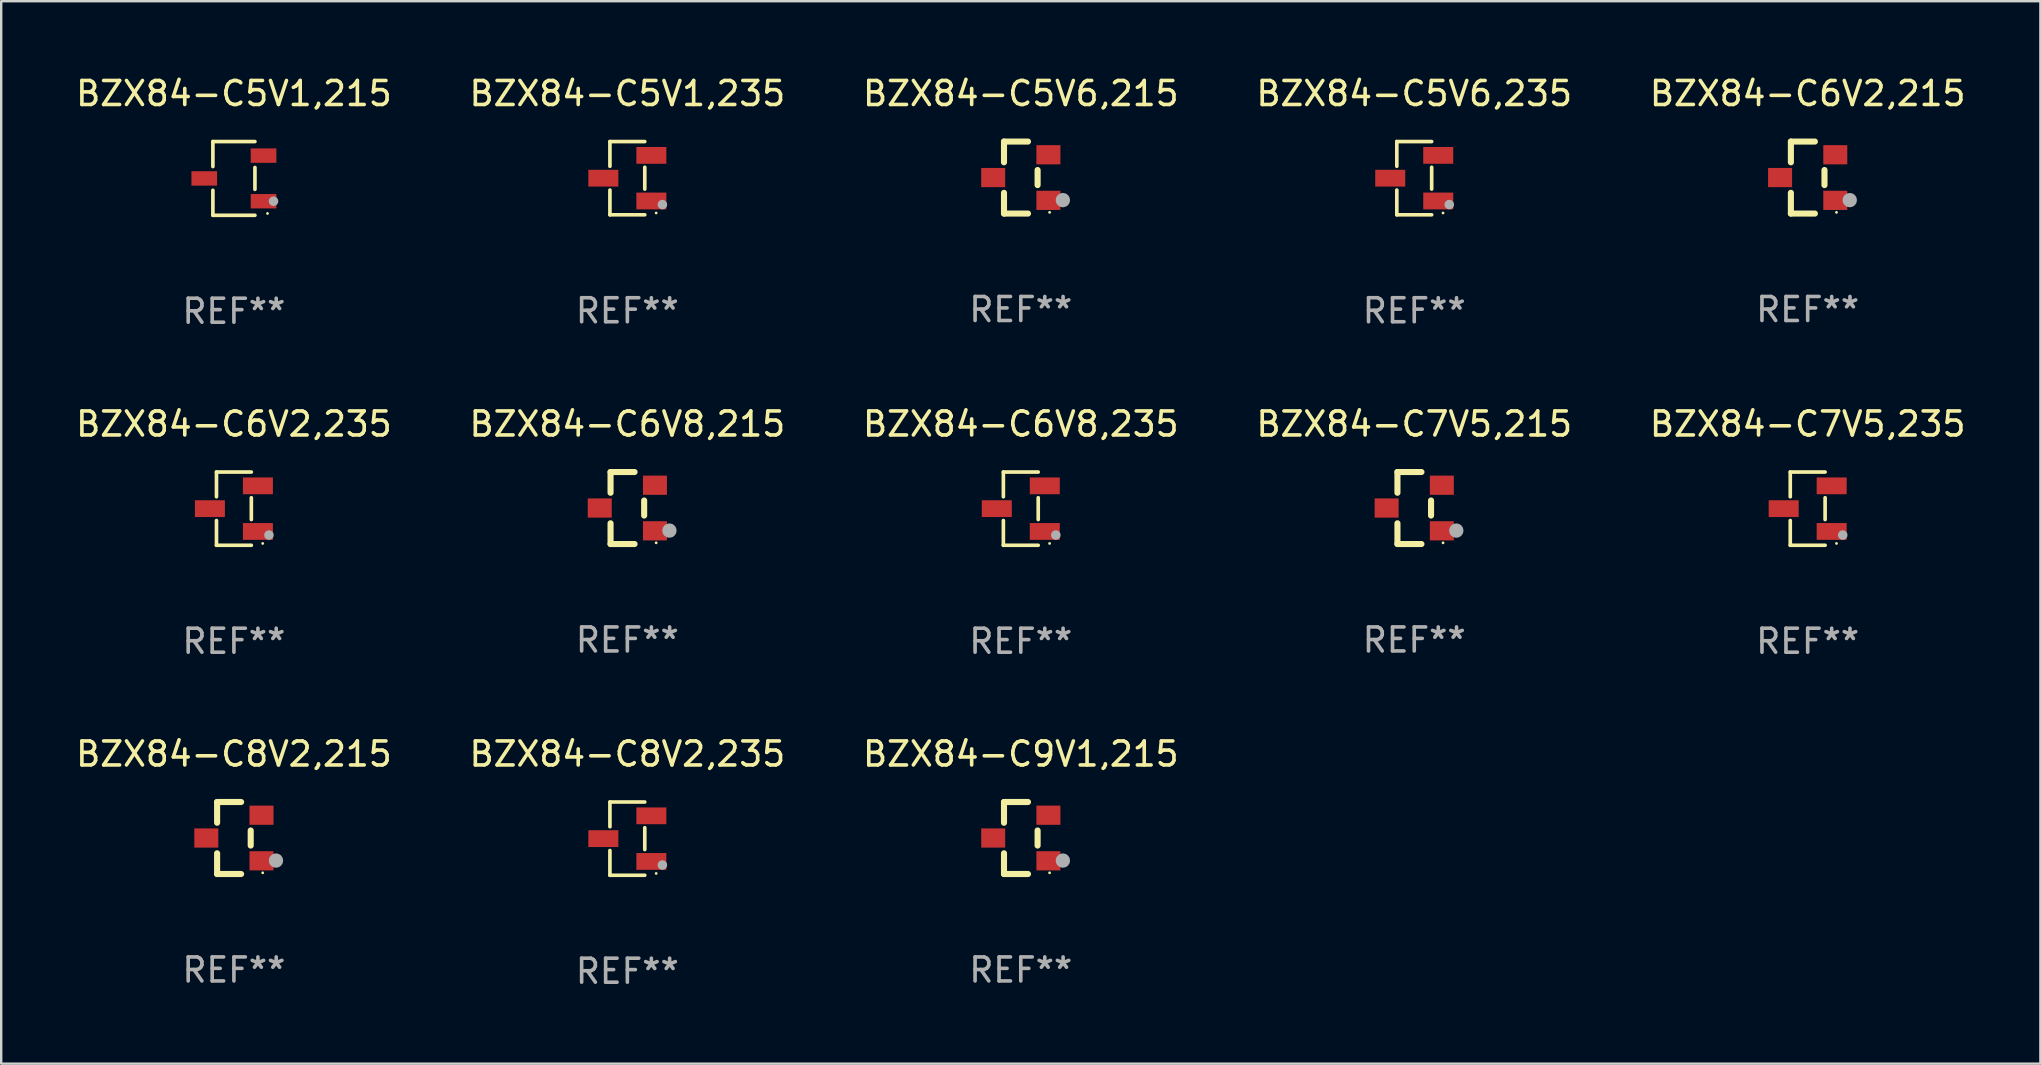
<source format=kicad_pcb>
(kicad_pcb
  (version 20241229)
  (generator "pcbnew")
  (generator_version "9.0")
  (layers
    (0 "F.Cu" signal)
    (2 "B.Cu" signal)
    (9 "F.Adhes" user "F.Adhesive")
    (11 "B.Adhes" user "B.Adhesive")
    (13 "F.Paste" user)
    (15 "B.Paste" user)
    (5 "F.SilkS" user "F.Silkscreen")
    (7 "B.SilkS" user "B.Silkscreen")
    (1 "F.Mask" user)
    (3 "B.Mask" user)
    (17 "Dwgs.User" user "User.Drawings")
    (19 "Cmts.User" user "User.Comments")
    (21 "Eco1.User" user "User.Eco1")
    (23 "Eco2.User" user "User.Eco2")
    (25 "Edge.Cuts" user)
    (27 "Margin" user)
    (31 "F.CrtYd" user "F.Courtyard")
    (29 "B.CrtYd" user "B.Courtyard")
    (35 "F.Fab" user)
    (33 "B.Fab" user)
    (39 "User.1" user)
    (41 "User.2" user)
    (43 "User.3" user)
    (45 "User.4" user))
  (footprint "BZX84-C7V5,215"
    (layer "F.Cu")
    (at 55.875 18.117)
    (property "Reference" "BZX84-C7V5,215" (at 0 -3.5 0) (layer "F.SilkS") (effects (font (size 1 1) (thickness 0.15))))
    (attr through_hole)
    (fp_line (start -0.7 -1.5) (end 0.3 -1.5) (stroke (width 0.254) (type solid)) (layer "F.SilkS"))
    (fp_line (start -0.7 -0.636) (end -0.7 -1.5) (stroke (width 0.254) (type solid)) (layer "F.SilkS"))
    (fp_line (start -0.7 1.5) (end -0.7 0.636) (stroke (width 0.254) (type solid)) (layer "F.SilkS"))
    (fp_line (start -0.7 1.5) (end 0.3 1.5) (stroke (width 0.254) (type solid)) (layer "F.SilkS"))
    (fp_line (start 0.7 0.314) (end 0.7 -0.314) (stroke (width 0.254) (type solid)) (layer "F.SilkS"))
    (fp_circle (center 1.2 1.45) (end 1.23 1.45) (stroke (width 0.06) (type solid)) (fill no) (layer "F.SilkS"))
    (fp_circle (center 1.753 0.94) (end 1.903 0.94) (stroke (width 0.3) (type solid)) (fill no) (layer "F.Fab"))
    (fp_text user "REF**" (at 0 5.5 0) (layer "F.Fab") (effects (font (size 1 1) (thickness 0.15))))
    (pad "1" smd rect (at 1.15 0.95 180) (size 1 0.8) (layers "F.Cu" "F.Mask" "F.Paste"))
    (pad "2" smd rect (at 1.15 -0.95 180) (size 1 0.8) (layers "F.Cu" "F.Mask" "F.Paste"))
    (pad "3" smd rect (at -1.15 -0.000051 180) (size 1 0.8) (layers "F.Cu" "F.Mask" "F.Paste")))
  (footprint "BZX84-C6V2,215"
    (layer "F.Cu")
    (at 72.268 4.348)
    (property "Reference" "BZX84-C6V2,215" (at 0 -3.5 0) (layer "F.SilkS") (effects (font (size 1 1) (thickness 0.15))))
    (attr through_hole)
    (fp_line (start -0.7 -1.5) (end 0.3 -1.5) (stroke (width 0.254) (type solid)) (layer "F.SilkS"))
    (fp_line (start -0.7 -0.636) (end -0.7 -1.5) (stroke (width 0.254) (type solid)) (layer "F.SilkS"))
    (fp_line (start -0.7 1.5) (end -0.7 0.636) (stroke (width 0.254) (type solid)) (layer "F.SilkS"))
    (fp_line (start -0.7 1.5) (end 0.3 1.5) (stroke (width 0.254) (type solid)) (layer "F.SilkS"))
    (fp_line (start 0.7 0.314) (end 0.7 -0.314) (stroke (width 0.254) (type solid)) (layer "F.SilkS"))
    (fp_circle (center 1.2 1.45) (end 1.23 1.45) (stroke (width 0.06) (type solid)) (fill no) (layer "F.SilkS"))
    (fp_circle (center 1.753 0.94) (end 1.903 0.94) (stroke (width 0.3) (type solid)) (fill no) (layer "F.Fab"))
    (fp_text user "REF**" (at 0 5.5 0) (layer "F.Fab") (effects (font (size 1 1) (thickness 0.15))))
    (pad "1" smd rect (at 1.15 0.95 180) (size 1 0.8) (layers "F.Cu" "F.Mask" "F.Paste"))
    (pad "2" smd rect (at 1.15 -0.95 180) (size 1 0.8) (layers "F.Cu" "F.Mask" "F.Paste"))
    (pad "3" smd rect (at -1.15 -0.000051 180) (size 1 0.8) (layers "F.Cu" "F.Mask" "F.Paste")))
  (footprint "BZX84-C6V2,235"
    (layer "F.Cu")
    (at 6.696 18.143)
    (property "Reference" "BZX84-C6V2,235" (at 0 -3.526 0) (layer "F.SilkS") (effects (font (size 1 1) (thickness 0.15))))
    (attr through_hole)
    (fp_line (start -0.726 -1.526) (end -0.726 -0.495) (stroke (width 0.152) (type solid)) (layer "F.SilkS"))
    (fp_line (start -0.726 1.526) (end -0.726 0.495) (stroke (width 0.152) (type solid)) (layer "F.SilkS"))
    (fp_line (start 0.726 -1.526) (end -0.726 -1.526) (stroke (width 0.152) (type solid)) (layer "F.SilkS"))
    (fp_line (start 0.726 -0.455) (end 0.726 0.455) (stroke (width 0.152) (type solid)) (layer "F.SilkS"))
    (fp_line (start 0.726 1.526) (end -0.726 1.526) (stroke (width 0.152) (type solid)) (layer "F.SilkS"))
    (fp_circle (center 1.2 1.45) (end 1.23 1.45) (stroke (width 0.06) (type solid)) (fill no) (layer "F.SilkS"))
    (fp_circle (center 1.46 1.1) (end 1.56 1.1) (stroke (width 0.2) (type solid)) (fill no) (layer "F.Fab"))
    (fp_text user "REF**" (at 0 5.526 0) (layer "F.Fab") (effects (font (size 1 1) (thickness 0.15))))
    (pad "1" smd rect (at 1 0.95) (size 1.25 0.7) (layers "F.Cu" "F.Mask" "F.Paste"))
    (pad "2" smd rect (at 1 -0.95) (size 1.25 0.7) (layers "F.Cu" "F.Mask" "F.Paste"))
    (pad "3" smd rect (at -1 0) (size 1.25 0.7) (layers "F.Cu" "F.Mask" "F.Paste")))
  (footprint "BZX84-C6V8,235"
    (layer "F.Cu")
    (at 39.482 18.143)
    (property "Reference" "BZX84-C6V8,235" (at 0 -3.526 0) (layer "F.SilkS") (effects (font (size 1 1) (thickness 0.15))))
    (attr through_hole)
    (fp_line (start -0.726 -1.526) (end -0.726 -0.495) (stroke (width 0.152) (type solid)) (layer "F.SilkS"))
    (fp_line (start -0.726 1.526) (end -0.726 0.495) (stroke (width 0.152) (type solid)) (layer "F.SilkS"))
    (fp_line (start 0.726 -1.526) (end -0.726 -1.526) (stroke (width 0.152) (type solid)) (layer "F.SilkS"))
    (fp_line (start 0.726 -0.455) (end 0.726 0.455) (stroke (width 0.152) (type solid)) (layer "F.SilkS"))
    (fp_line (start 0.726 1.526) (end -0.726 1.526) (stroke (width 0.152) (type solid)) (layer "F.SilkS"))
    (fp_circle (center 1.2 1.45) (end 1.23 1.45) (stroke (width 0.06) (type solid)) (fill no) (layer "F.SilkS"))
    (fp_circle (center 1.46 1.1) (end 1.56 1.1) (stroke (width 0.2) (type solid)) (fill no) (layer "F.Fab"))
    (fp_text user "REF**" (at 0 5.526 0) (layer "F.Fab") (effects (font (size 1 1) (thickness 0.15))))
    (pad "1" smd rect (at 1 0.95) (size 1.25 0.7) (layers "F.Cu" "F.Mask" "F.Paste"))
    (pad "2" smd rect (at 1 -0.95) (size 1.25 0.7) (layers "F.Cu" "F.Mask" "F.Paste"))
    (pad "3" smd rect (at -1 0) (size 1.25 0.7) (layers "F.Cu" "F.Mask" "F.Paste")))
  (footprint "BZX84-C8V2,215"
    (layer "F.Cu")
    (at 6.696 31.866)
    (property "Reference" "BZX84-C8V2,215" (at 0 -3.5 0) (layer "F.SilkS") (effects (font (size 1 1) (thickness 0.15))))
    (attr through_hole)
    (fp_line (start -0.7 -1.5) (end 0.3 -1.5) (stroke (width 0.254) (type solid)) (layer "F.SilkS"))
    (fp_line (start -0.7 -0.636) (end -0.7 -1.5) (stroke (width 0.254) (type solid)) (layer "F.SilkS"))
    (fp_line (start -0.7 1.5) (end -0.7 0.636) (stroke (width 0.254) (type solid)) (layer "F.SilkS"))
    (fp_line (start -0.7 1.5) (end 0.3 1.5) (stroke (width 0.254) (type solid)) (layer "F.SilkS"))
    (fp_line (start 0.7 0.314) (end 0.7 -0.314) (stroke (width 0.254) (type solid)) (layer "F.SilkS"))
    (fp_circle (center 1.2 1.45) (end 1.23 1.45) (stroke (width 0.06) (type solid)) (fill no) (layer "F.SilkS"))
    (fp_circle (center 1.753 0.94) (end 1.903 0.94) (stroke (width 0.3) (type solid)) (fill no) (layer "F.Fab"))
    (fp_text user "REF**" (at 0 5.5 0) (layer "F.Fab") (effects (font (size 1 1) (thickness 0.15))))
    (pad "1" smd rect (at 1.15 0.95 180) (size 1 0.8) (layers "F.Cu" "F.Mask" "F.Paste"))
    (pad "2" smd rect (at 1.15 -0.95 180) (size 1 0.8) (layers "F.Cu" "F.Mask" "F.Paste"))
    (pad "3" smd rect (at -1.15 -0.000051 180) (size 1 0.8) (layers "F.Cu" "F.Mask" "F.Paste")))
  (footprint "BZX84-C5V1,235"
    (layer "F.Cu")
    (at 23.089 4.374)
    (property "Reference" "BZX84-C5V1,235" (at 0 -3.526 0) (layer "F.SilkS") (effects (font (size 1 1) (thickness 0.15))))
    (attr through_hole)
    (fp_line (start -0.726 -1.526) (end -0.726 -0.495) (stroke (width 0.152) (type solid)) (layer "F.SilkS"))
    (fp_line (start -0.726 1.526) (end -0.726 0.495) (stroke (width 0.152) (type solid)) (layer "F.SilkS"))
    (fp_line (start 0.726 -1.526) (end -0.726 -1.526) (stroke (width 0.152) (type solid)) (layer "F.SilkS"))
    (fp_line (start 0.726 -0.455) (end 0.726 0.455) (stroke (width 0.152) (type solid)) (layer "F.SilkS"))
    (fp_line (start 0.726 1.526) (end -0.726 1.526) (stroke (width 0.152) (type solid)) (layer "F.SilkS"))
    (fp_circle (center 1.2 1.45) (end 1.23 1.45) (stroke (width 0.06) (type solid)) (fill no) (layer "F.SilkS"))
    (fp_circle (center 1.46 1.1) (end 1.56 1.1) (stroke (width 0.2) (type solid)) (fill no) (layer "F.Fab"))
    (fp_text user "REF**" (at 0 5.526 0) (layer "F.Fab") (effects (font (size 1 1) (thickness 0.15))))
    (pad "1" smd rect (at 1 0.95) (size 1.25 0.7) (layers "F.Cu" "F.Mask" "F.Paste"))
    (pad "2" smd rect (at 1 -0.95) (size 1.25 0.7) (layers "F.Cu" "F.Mask" "F.Paste"))
    (pad "3" smd rect (at -1 0) (size 1.25 0.7) (layers "F.Cu" "F.Mask" "F.Paste")))
  (footprint "BZX84-C6V8,215"
    (layer "F.Cu")
    (at 23.089 18.117)
    (property "Reference" "BZX84-C6V8,215" (at 0 -3.5 0) (layer "F.SilkS") (effects (font (size 1 1) (thickness 0.15))))
    (attr through_hole)
    (fp_line (start -0.7 -1.5) (end 0.3 -1.5) (stroke (width 0.254) (type solid)) (layer "F.SilkS"))
    (fp_line (start -0.7 -0.636) (end -0.7 -1.5) (stroke (width 0.254) (type solid)) (layer "F.SilkS"))
    (fp_line (start -0.7 1.5) (end -0.7 0.636) (stroke (width 0.254) (type solid)) (layer "F.SilkS"))
    (fp_line (start -0.7 1.5) (end 0.3 1.5) (stroke (width 0.254) (type solid)) (layer "F.SilkS"))
    (fp_line (start 0.7 0.314) (end 0.7 -0.314) (stroke (width 0.254) (type solid)) (layer "F.SilkS"))
    (fp_circle (center 1.2 1.45) (end 1.23 1.45) (stroke (width 0.06) (type solid)) (fill no) (layer "F.SilkS"))
    (fp_circle (center 1.753 0.94) (end 1.903 0.94) (stroke (width 0.3) (type solid)) (fill no) (layer "F.Fab"))
    (fp_text user "REF**" (at 0 5.5 0) (layer "F.Fab") (effects (font (size 1 1) (thickness 0.15))))
    (pad "1" smd rect (at 1.15 0.95 180) (size 1 0.8) (layers "F.Cu" "F.Mask" "F.Paste"))
    (pad "2" smd rect (at 1.15 -0.95 180) (size 1 0.8) (layers "F.Cu" "F.Mask" "F.Paste"))
    (pad "3" smd rect (at -1.15 -0.000051 180) (size 1 0.8) (layers "F.Cu" "F.Mask" "F.Paste")))
  (footprint "BZX84-C8V2,235"
    (layer "F.Cu")
    (at 23.089 31.892)
    (property "Reference" "BZX84-C8V2,235" (at 0 -3.526 0) (layer "F.SilkS") (effects (font (size 1 1) (thickness 0.15))))
    (attr through_hole)
    (fp_line (start -0.726 -1.526) (end -0.726 -0.495) (stroke (width 0.152) (type solid)) (layer "F.SilkS"))
    (fp_line (start -0.726 1.526) (end -0.726 0.495) (stroke (width 0.152) (type solid)) (layer "F.SilkS"))
    (fp_line (start 0.726 -1.526) (end -0.726 -1.526) (stroke (width 0.152) (type solid)) (layer "F.SilkS"))
    (fp_line (start 0.726 -0.455) (end 0.726 0.455) (stroke (width 0.152) (type solid)) (layer "F.SilkS"))
    (fp_line (start 0.726 1.526) (end -0.726 1.526) (stroke (width 0.152) (type solid)) (layer "F.SilkS"))
    (fp_circle (center 1.2 1.45) (end 1.23 1.45) (stroke (width 0.06) (type solid)) (fill no) (layer "F.SilkS"))
    (fp_circle (center 1.46 1.1) (end 1.56 1.1) (stroke (width 0.2) (type solid)) (fill no) (layer "F.Fab"))
    (fp_text user "REF**" (at 0 5.526 0) (layer "F.Fab") (effects (font (size 1 1) (thickness 0.15))))
    (pad "1" smd rect (at 1 0.95) (size 1.25 0.7) (layers "F.Cu" "F.Mask" "F.Paste"))
    (pad "2" smd rect (at 1 -0.95) (size 1.25 0.7) (layers "F.Cu" "F.Mask" "F.Paste"))
    (pad "3" smd rect (at -1 0) (size 1.25 0.7) (layers "F.Cu" "F.Mask" "F.Paste")))
  (footprint "BZX84-C5V6,215"
    (layer "F.Cu")
    (at 39.482 4.348)
    (property "Reference" "BZX84-C5V6,215" (at 0 -3.5 0) (layer "F.SilkS") (effects (font (size 1 1) (thickness 0.15))))
    (attr through_hole)
    (fp_line (start -0.7 -1.5) (end 0.3 -1.5) (stroke (width 0.254) (type solid)) (layer "F.SilkS"))
    (fp_line (start -0.7 -0.636) (end -0.7 -1.5) (stroke (width 0.254) (type solid)) (layer "F.SilkS"))
    (fp_line (start -0.7 1.5) (end -0.7 0.636) (stroke (width 0.254) (type solid)) (layer "F.SilkS"))
    (fp_line (start -0.7 1.5) (end 0.3 1.5) (stroke (width 0.254) (type solid)) (layer "F.SilkS"))
    (fp_line (start 0.7 0.314) (end 0.7 -0.314) (stroke (width 0.254) (type solid)) (layer "F.SilkS"))
    (fp_circle (center 1.2 1.45) (end 1.23 1.45) (stroke (width 0.06) (type solid)) (fill no) (layer "F.SilkS"))
    (fp_circle (center 1.753 0.94) (end 1.903 0.94) (stroke (width 0.3) (type solid)) (fill no) (layer "F.Fab"))
    (fp_text user "REF**" (at 0 5.5 0) (layer "F.Fab") (effects (font (size 1 1) (thickness 0.15))))
    (pad "1" smd rect (at 1.15 0.95 180) (size 1 0.8) (layers "F.Cu" "F.Mask" "F.Paste"))
    (pad "2" smd rect (at 1.15 -0.95 180) (size 1 0.8) (layers "F.Cu" "F.Mask" "F.Paste"))
    (pad "3" smd rect (at -1.15 -0.000051 180) (size 1 0.8) (layers "F.Cu" "F.Mask" "F.Paste")))
  (footprint "BZX84-C5V6,235"
    (layer "F.Cu")
    (at 55.875 4.374)
    (property "Reference" "BZX84-C5V6,235" (at 0 -3.526 0) (layer "F.SilkS") (effects (font (size 1 1) (thickness 0.15))))
    (attr through_hole)
    (fp_line (start -0.726 -1.526) (end -0.726 -0.495) (stroke (width 0.152) (type solid)) (layer "F.SilkS"))
    (fp_line (start -0.726 1.526) (end -0.726 0.495) (stroke (width 0.152) (type solid)) (layer "F.SilkS"))
    (fp_line (start 0.726 -1.526) (end -0.726 -1.526) (stroke (width 0.152) (type solid)) (layer "F.SilkS"))
    (fp_line (start 0.726 -0.455) (end 0.726 0.455) (stroke (width 0.152) (type solid)) (layer "F.SilkS"))
    (fp_line (start 0.726 1.526) (end -0.726 1.526) (stroke (width 0.152) (type solid)) (layer "F.SilkS"))
    (fp_circle (center 1.2 1.45) (end 1.23 1.45) (stroke (width 0.06) (type solid)) (fill no) (layer "F.SilkS"))
    (fp_circle (center 1.46 1.1) (end 1.56 1.1) (stroke (width 0.2) (type solid)) (fill no) (layer "F.Fab"))
    (fp_text user "REF**" (at 0 5.526 0) (layer "F.Fab") (effects (font (size 1 1) (thickness 0.15))))
    (pad "1" smd rect (at 1 0.95) (size 1.25 0.7) (layers "F.Cu" "F.Mask" "F.Paste"))
    (pad "2" smd rect (at 1 -0.95) (size 1.25 0.7) (layers "F.Cu" "F.Mask" "F.Paste"))
    (pad "3" smd rect (at -1 0) (size 1.25 0.7) (layers "F.Cu" "F.Mask" "F.Paste")))
  (footprint "BZX84-C5V1,215"
    (layer "F.Cu")
    (at 6.696 4.384)
    (property "Reference" "BZX84-C5V1,215" (at 0 -3.536 0) (layer "F.SilkS") (effects (font (size 1 1) (thickness 0.15))))
    (attr through_hole)
    (fp_line (start -0.876 -1.536) (end -0.876 -0.495) (stroke (width 0.152) (type solid)) (layer "F.SilkS"))
    (fp_line (start -0.876 1.536) (end -0.876 0.495) (stroke (width 0.152) (type solid)) (layer "F.SilkS"))
    (fp_line (start 0.876 -1.536) (end -0.876 -1.536) (stroke (width 0.152) (type solid)) (layer "F.SilkS"))
    (fp_line (start 0.876 -0.455) (end 0.876 0.455) (stroke (width 0.152) (type solid)) (layer "F.SilkS"))
    (fp_line (start 0.876 1.536) (end -0.876 1.536) (stroke (width 0.152) (type solid)) (layer "F.SilkS"))
    (fp_circle (center 1.4 1.46) (end 1.43 1.46) (stroke (width 0.06) (type solid)) (fill no) (layer "F.SilkS"))
    (fp_circle (center 1.651 0.95) (end 1.751 0.95) (stroke (width 0.2) (type solid)) (fill no) (layer "F.Fab"))
    (fp_text user "REF**" (at 0 5.536 0) (layer "F.Fab") (effects (font (size 1 1) (thickness 0.15))))
    (pad "1" smd rect (at 1.235 0.95) (size 1.07 0.6) (layers "F.Cu" "F.Mask" "F.Paste"))
    (pad "2" smd rect (at 1.235 -0.95) (size 1.07 0.6) (layers "F.Cu" "F.Mask" "F.Paste"))
    (pad "3" smd rect (at -1.235 0) (size 1.07 0.6) (layers "F.Cu" "F.Mask" "F.Paste")))
  (footprint "BZX84-C7V5,235"
    (layer "F.Cu")
    (at 72.268 18.143)
    (property "Reference" "BZX84-C7V5,235" (at 0 -3.526 0) (layer "F.SilkS") (effects (font (size 1 1) (thickness 0.15))))
    (attr through_hole)
    (fp_line (start -0.726 -1.526) (end -0.726 -0.495) (stroke (width 0.152) (type solid)) (layer "F.SilkS"))
    (fp_line (start -0.726 1.526) (end -0.726 0.495) (stroke (width 0.152) (type solid)) (layer "F.SilkS"))
    (fp_line (start 0.726 -1.526) (end -0.726 -1.526) (stroke (width 0.152) (type solid)) (layer "F.SilkS"))
    (fp_line (start 0.726 -0.455) (end 0.726 0.455) (stroke (width 0.152) (type solid)) (layer "F.SilkS"))
    (fp_line (start 0.726 1.526) (end -0.726 1.526) (stroke (width 0.152) (type solid)) (layer "F.SilkS"))
    (fp_circle (center 1.2 1.45) (end 1.23 1.45) (stroke (width 0.06) (type solid)) (fill no) (layer "F.SilkS"))
    (fp_circle (center 1.46 1.1) (end 1.56 1.1) (stroke (width 0.2) (type solid)) (fill no) (layer "F.Fab"))
    (fp_text user "REF**" (at 0 5.526 0) (layer "F.Fab") (effects (font (size 1 1) (thickness 0.15))))
    (pad "1" smd rect (at 1 0.95) (size 1.25 0.7) (layers "F.Cu" "F.Mask" "F.Paste"))
    (pad "2" smd rect (at 1 -0.95) (size 1.25 0.7) (layers "F.Cu" "F.Mask" "F.Paste"))
    (pad "3" smd rect (at -1 0) (size 1.25 0.7) (layers "F.Cu" "F.Mask" "F.Paste")))
  (footprint "BZX84-C9V1,215"
    (layer "F.Cu")
    (at 39.482 31.866)
    (property "Reference" "BZX84-C9V1,215" (at 0 -3.5 0) (layer "F.SilkS") (effects (font (size 1 1) (thickness 0.15))))
    (attr through_hole)
    (fp_line (start -0.7 -1.5) (end 0.3 -1.5) (stroke (width 0.254) (type solid)) (layer "F.SilkS"))
    (fp_line (start -0.7 -0.636) (end -0.7 -1.5) (stroke (width 0.254) (type solid)) (layer "F.SilkS"))
    (fp_line (start -0.7 1.5) (end -0.7 0.636) (stroke (width 0.254) (type solid)) (layer "F.SilkS"))
    (fp_line (start -0.7 1.5) (end 0.3 1.5) (stroke (width 0.254) (type solid)) (layer "F.SilkS"))
    (fp_line (start 0.7 0.314) (end 0.7 -0.314) (stroke (width 0.254) (type solid)) (layer "F.SilkS"))
    (fp_circle (center 1.2 1.45) (end 1.23 1.45) (stroke (width 0.06) (type solid)) (fill no) (layer "F.SilkS"))
    (fp_circle (center 1.753 0.94) (end 1.903 0.94) (stroke (width 0.3) (type solid)) (fill no) (layer "F.Fab"))
    (fp_text user "REF**" (at 0 5.5 0) (layer "F.Fab") (effects (font (size 1 1) (thickness 0.15))))
    (pad "1" smd rect (at 1.15 0.95 180) (size 1 0.8) (layers "F.Cu" "F.Mask" "F.Paste"))
    (pad "2" smd rect (at 1.15 -0.95 180) (size 1 0.8) (layers "F.Cu" "F.Mask" "F.Paste"))
    (pad "3" smd rect (at -1.15 -0.000051 180) (size 1 0.8) (layers "F.Cu" "F.Mask" "F.Paste")))
  (gr_rect
    (start -3 -3)
    (end 81.964 41.267)
    (stroke (width 0.1) (type default))
    (fill no)
    (layer "Edge.Cuts")))
</source>
